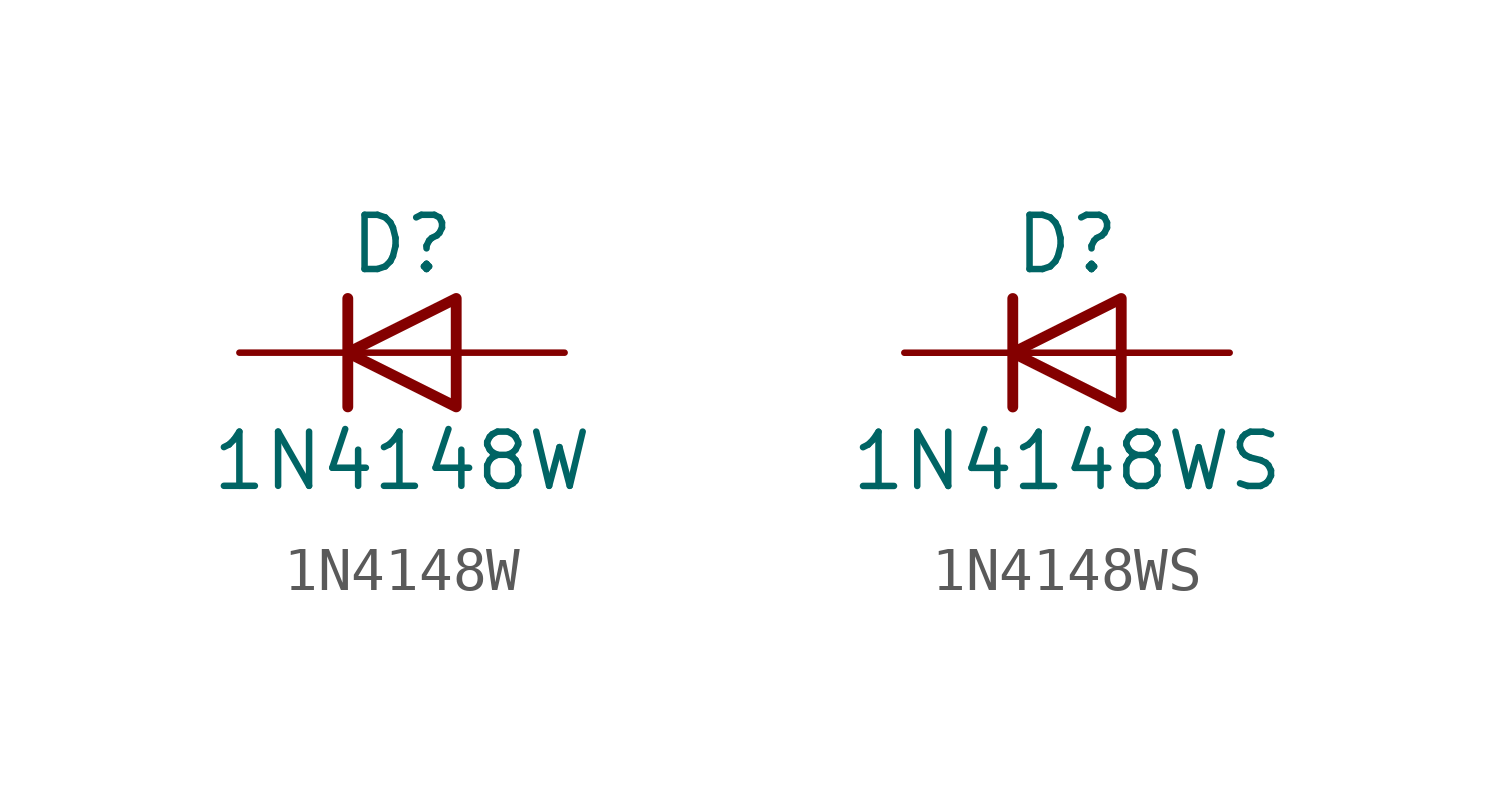
<source format=kicad_sym>
(kicad_symbol_lib
  (version 20241209)
  (generator "kicad_symbol_editor")
  (generator_version "9.0")
  (symbol "1N4148W"
    (pin_numbers
      (hide yes))
    (pin_names
      (hide yes))
    (property "Reference" "D"
      (at 0 2.54 0)
      (effects (font (size 1.27 1.27))))
    (property "Value" "1N4148W"
      (at 0 -2.54 0)
      (effects (font (size 1.27 1.27))))
    (symbol "1N4148W_0_1"
      (polyline (pts (xy -1.27 1.27) (xy -1.27 -1.27)) (stroke (width 0.254) (type default)) (fill (type none)))
      (polyline (pts (xy 1.27 1.27) (xy 1.27 -1.27) (xy -1.27 0) (xy 1.27 1.27)) (stroke (width 0.254) (type default)) (fill (type none)))
      (polyline (pts (xy 1.27 0) (xy -1.27 0)) (stroke (width 0) (type default)) (fill (type none))))
    (symbol "1N4148W_1_1"
      (pin passive line (at -3.81 0 0) (length 2.54) (name "K" (effects (font (size 1.27 1.27)))) (number "1" (effects (font (size 1.27 1.27)))))
      (pin passive line (at 3.81 0 180) (length 2.54) (name "A" (effects (font (size 1.27 1.27)))) (number "2" (effects (font (size 1.27 1.27)))))))
  (symbol "1N4148WS"
    (pin_numbers
      (hide yes))
    (pin_names
      (hide yes))
    (property "Reference" "D"
      (at 0 2.54 0)
      (effects (font (size 1.27 1.27))))
    (property "Value" "1N4148WS"
      (at 0 -2.54 0)
      (effects (font (size 1.27 1.27))))
    (symbol "1N4148WS_0_1"
      (polyline (pts (xy -1.27 1.27) (xy -1.27 -1.27)) (stroke (width 0.254) (type default)) (fill (type none)))
      (polyline (pts (xy 1.27 1.27) (xy 1.27 -1.27) (xy -1.27 0) (xy 1.27 1.27)) (stroke (width 0.254) (type default)) (fill (type none)))
      (polyline (pts (xy 1.27 0) (xy -1.27 0)) (stroke (width 0) (type default)) (fill (type none))))
    (symbol "1N4148WS_1_1"
      (pin passive line (at -3.81 0 0) (length 2.54) (name "K" (effects (font (size 1.27 1.27)))) (number "1" (effects (font (size 1.27 1.27)))))
      (pin passive line (at 3.81 0 180) (length 2.54) (name "A" (effects (font (size 1.27 1.27)))) (number "2" (effects (font (size 1.27 1.27))))))))
</source>
